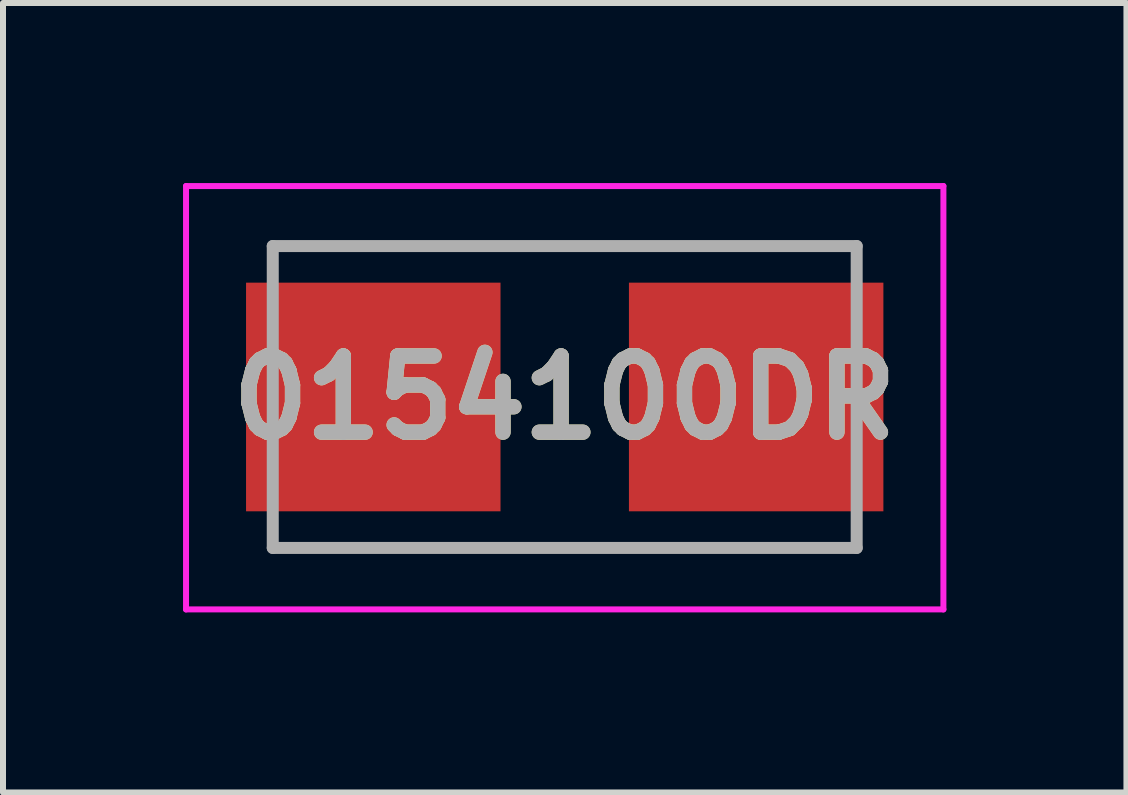
<source format=kicad_pcb>
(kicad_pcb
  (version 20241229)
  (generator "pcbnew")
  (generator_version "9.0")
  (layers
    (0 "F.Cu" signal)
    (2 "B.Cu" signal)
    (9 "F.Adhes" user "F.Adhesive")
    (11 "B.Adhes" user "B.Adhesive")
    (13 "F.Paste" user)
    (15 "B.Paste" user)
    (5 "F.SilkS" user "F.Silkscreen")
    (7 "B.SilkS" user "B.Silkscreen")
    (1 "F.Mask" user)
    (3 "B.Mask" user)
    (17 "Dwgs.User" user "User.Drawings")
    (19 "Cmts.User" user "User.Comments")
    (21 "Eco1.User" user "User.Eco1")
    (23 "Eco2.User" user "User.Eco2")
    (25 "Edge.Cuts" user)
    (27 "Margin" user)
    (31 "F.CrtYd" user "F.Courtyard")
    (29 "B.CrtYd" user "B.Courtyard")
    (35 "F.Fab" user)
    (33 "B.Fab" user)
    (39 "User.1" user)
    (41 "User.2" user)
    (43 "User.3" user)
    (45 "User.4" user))
  (footprint "0154100DR"
    (layer "F.Cu")
    (at 6.36 3.565)
    (property "Reference" "0154100DR" (at 0 0.012 0) (layer "F.SilkS") (effects (font (size 1.27 1.27) (thickness 0.254))))
    (attr smd)
    (fp_line (start -4.865 -2.515) (end 4.865 -2.515) (stroke (width 0.1) (type solid)) (layer "F.SilkS"))
    (fp_line (start -4.865 2.54) (end 4.865 2.515) (stroke (width 0.1) (type solid)) (layer "F.SilkS"))
    (fp_line (start -6.31 -3.515) (end 6.31 -3.515) (stroke (width 0.1) (type solid)) (layer "F.CrtYd"))
    (fp_line (start -6.31 3.54) (end -6.31 -3.515) (stroke (width 0.1) (type solid)) (layer "F.CrtYd"))
    (fp_line (start 6.31 -3.515) (end 6.31 3.54) (stroke (width 0.1) (type solid)) (layer "F.CrtYd"))
    (fp_line (start 6.31 3.54) (end -6.31 3.54) (stroke (width 0.1) (type solid)) (layer "F.CrtYd"))
    (fp_line (start -4.865 -2.515) (end 4.865 -2.515) (stroke (width 0.2) (type solid)) (layer "F.Fab"))
    (fp_line (start -4.865 2.515) (end -4.865 -2.515) (stroke (width 0.2) (type solid)) (layer "F.Fab"))
    (fp_line (start 4.865 -2.515) (end 4.865 2.515) (stroke (width 0.2) (type solid)) (layer "F.Fab"))
    (fp_line (start 4.865 2.515) (end -4.865 2.515) (stroke (width 0.2) (type solid)) (layer "F.Fab"))
    (fp_text user "${REFERENCE}" (at 0 0.012 0) (layer "F.Fab") (effects (font (size 1.27 1.27) (thickness 0.254))))
    (pad "1" smd rect (at -3.19 0 90) (size 3.81 4.24) (layers "F.Cu" "F.Mask" "F.Paste"))
    (pad "2" smd rect (at 3.19 0 90) (size 3.81 4.24) (layers "F.Cu" "F.Mask" "F.Paste")))
  (gr_rect
    (start -3 -3)
    (end 15.72 10.155)
    (stroke (width 0.1) (type default))
    (fill no)
    (layer "Edge.Cuts")))
</source>
